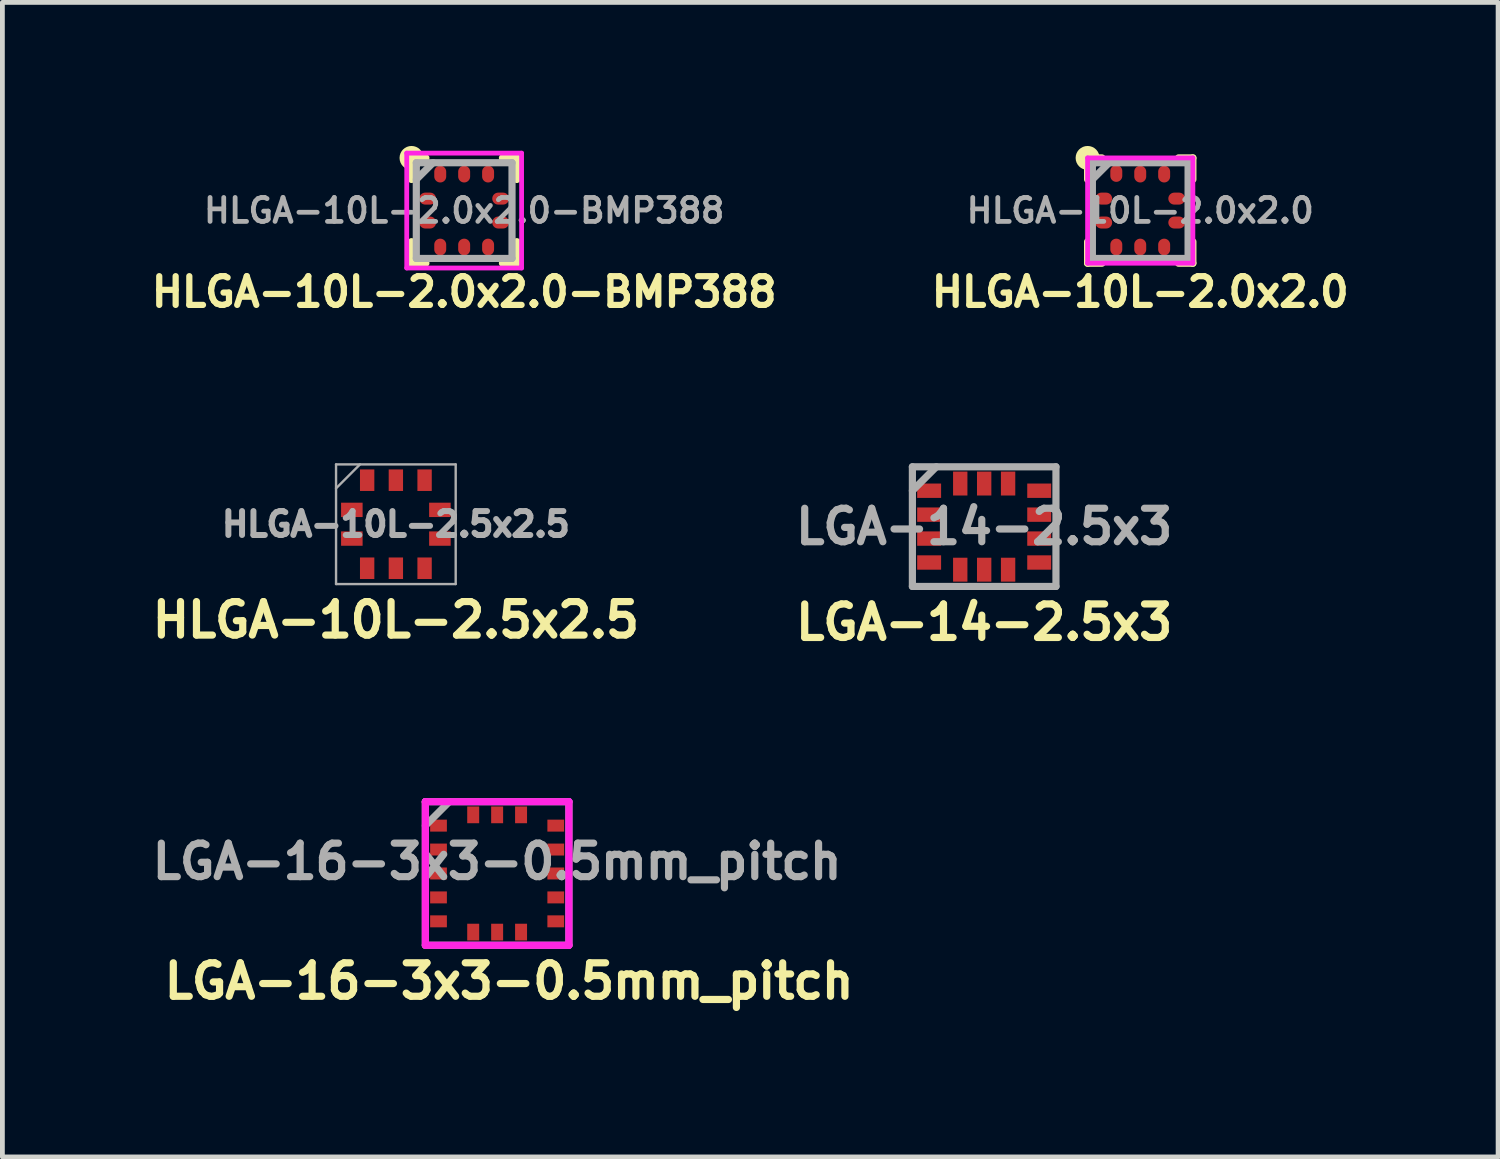
<source format=kicad_pcb>
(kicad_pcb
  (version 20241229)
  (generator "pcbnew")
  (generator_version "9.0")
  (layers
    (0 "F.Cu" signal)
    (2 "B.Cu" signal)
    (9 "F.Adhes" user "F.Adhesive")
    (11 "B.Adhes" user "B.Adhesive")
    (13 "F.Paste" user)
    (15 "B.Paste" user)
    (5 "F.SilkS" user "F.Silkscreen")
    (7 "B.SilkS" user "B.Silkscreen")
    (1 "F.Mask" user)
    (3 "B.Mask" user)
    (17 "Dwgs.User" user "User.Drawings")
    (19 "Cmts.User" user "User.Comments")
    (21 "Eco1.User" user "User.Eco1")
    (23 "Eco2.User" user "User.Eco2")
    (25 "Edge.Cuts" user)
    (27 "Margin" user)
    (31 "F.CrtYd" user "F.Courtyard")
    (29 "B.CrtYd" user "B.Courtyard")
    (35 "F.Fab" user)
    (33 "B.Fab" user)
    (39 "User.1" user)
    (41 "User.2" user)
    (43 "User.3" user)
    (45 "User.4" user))
  (footprint "LGA-16-3x3-0.5mm_pitch"
    (layer "F.Cu")
    (at 7.338 15.202)
    (property "Reference" "LGA-16-3x3-0.5mm_pitch" (at 0.25 2.25 0) (layer "F.SilkS") (effects (font (size 0.7 0.7) (thickness 0.15))))
    (attr through_hole)
    (fp_line (start -1.5 -1.5) (end -1.5 -1.49) (stroke (width 0.15) (type solid)) (layer "F.SilkS"))
    (fp_line (start -1.5 -1.5) (end -1.5 1.5) (stroke (width 0.15) (type solid)) (layer "F.CrtYd"))
    (fp_line (start -1.5 1.5) (end 1.5 1.5) (stroke (width 0.15) (type solid)) (layer "F.CrtYd"))
    (fp_line (start 1.5 -1.5) (end -1.5 -1.5) (stroke (width 0.15) (type solid)) (layer "F.CrtYd"))
    (fp_line (start 1.5 1.5) (end 1.5 -1.5) (stroke (width 0.15) (type solid)) (layer "F.CrtYd"))
    (fp_line (start -1.5 -1.5) (end -1.5 1.5) (stroke (width 0.15) (type solid)) (layer "F.Fab"))
    (fp_line (start -1.5 -1) (end -1 -1.5) (stroke (width 0.15) (type solid)) (layer "F.Fab"))
    (fp_line (start -1.5 1.5) (end 1.5 1.5) (stroke (width 0.15) (type solid)) (layer "F.Fab"))
    (fp_line (start 1.5 -1.5) (end -1.5 -1.5) (stroke (width 0.15) (type solid)) (layer "F.Fab"))
    (fp_line (start 1.5 1.5) (end 1.5 -1.5) (stroke (width 0.15) (type solid)) (layer "F.Fab"))
    (fp_text user "${REFERENCE}" (at 0 -0.25 0) (layer "F.Fab") (effects (font (size 0.7 0.7) (thickness 0.15))))
    (pad "1" smd rect (at -1.225 -1) (size 0.35 0.25) (layers "F.Cu" "F.Mask" "F.Paste"))
    (pad "2" smd rect (at -1.225 -0.5) (size 0.35 0.25) (layers "F.Cu" "F.Mask" "F.Paste"))
    (pad "3" smd rect (at -1.225 0) (size 0.35 0.25) (layers "F.Cu" "F.Mask" "F.Paste"))
    (pad "4" smd rect (at -1.225 0.5) (size 0.35 0.25) (layers "F.Cu" "F.Mask" "F.Paste"))
    (pad "5" smd rect (at -1.225 1) (size 0.35 0.25) (layers "F.Cu" "F.Mask" "F.Paste"))
    (pad "6" smd rect (at -0.5 1.225 90) (size 0.35 0.25) (layers "F.Cu" "F.Mask" "F.Paste"))
    (pad "7" smd rect (at 0 1.225 90) (size 0.35 0.25) (layers "F.Cu" "F.Mask" "F.Paste"))
    (pad "8" smd rect (at 0.5 1.225 90) (size 0.35 0.25) (layers "F.Cu" "F.Mask" "F.Paste"))
    (pad "9" smd rect (at 1.225 1) (size 0.35 0.25) (layers "F.Cu" "F.Mask" "F.Paste"))
    (pad "10" smd rect (at 1.225 0.5) (size 0.35 0.25) (layers "F.Cu" "F.Mask" "F.Paste"))
    (pad "11" smd rect (at 1.225 0) (size 0.35 0.25) (layers "F.Cu" "F.Mask" "F.Paste"))
    (pad "12" smd rect (at 1.225 -0.5) (size 0.35 0.25) (layers "F.Cu" "F.Mask" "F.Paste"))
    (pad "13" smd rect (at 1.225 -1) (size 0.35 0.25) (layers "F.Cu" "F.Mask" "F.Paste"))
    (pad "14" smd rect (at 0.5 -1.225 90) (size 0.35 0.25) (layers "F.Cu" "F.Mask" "F.Paste"))
    (pad "15" smd rect (at 0 -1.225 90) (size 0.35 0.25) (layers "F.Cu" "F.Mask" "F.Paste"))
    (pad "16" smd rect (at -0.5 -1.225 90) (size 0.35 0.25) (layers "F.Cu" "F.Mask" "F.Paste")))
  (footprint "LGA-14-2.5x3"
    (layer "F.Cu")
    (at 17.515 7.954)
    (property "Reference" "LGA-14-2.5x3" (at 0 2 0) (layer "F.SilkS") (effects (font (size 0.7 0.7) (thickness 0.15))))
    (attr through_hole)
    (fp_line (start -1.5 -1.25) (end -1.5 1.25) (stroke (width 0.15) (type solid)) (layer "F.Fab"))
    (fp_line (start -1.5 -0.75) (end -1 -1.25) (stroke (width 0.15) (type solid)) (layer "F.Fab"))
    (fp_line (start -1.5 1.25) (end 1.5 1.25) (stroke (width 0.15) (type solid)) (layer "F.Fab"))
    (fp_line (start 1.5 -1.25) (end -1.5 -1.25) (stroke (width 0.15) (type solid)) (layer "F.Fab"))
    (fp_line (start 1.5 1.25) (end 1.5 -1.25) (stroke (width 0.15) (type solid)) (layer "F.Fab"))
    (fp_text user "${REFERENCE}" (at 0 0 0) (layer "F.Fab") (effects (font (size 0.7 0.7) (thickness 0.15))))
    (pad "1" smd rect (at -1.15 -0.75) (size 0.5 0.3) (layers "F.Cu" "F.Mask" "F.Paste"))
    (pad "2" smd rect (at -1.15 -0.25) (size 0.5 0.3) (layers "F.Cu" "F.Mask" "F.Paste"))
    (pad "3" smd rect (at -1.15 0.25) (size 0.5 0.3) (layers "F.Cu" "F.Mask" "F.Paste"))
    (pad "4" smd rect (at -1.15 0.75) (size 0.5 0.3) (layers "F.Cu" "F.Mask" "F.Paste"))
    (pad "5" smd rect (at -0.5 0.9 90) (size 0.5 0.3) (layers "F.Cu" "F.Mask" "F.Paste"))
    (pad "6" smd rect (at 0 0.9 90) (size 0.5 0.3) (layers "F.Cu" "F.Mask" "F.Paste"))
    (pad "7" smd rect (at 0.5 0.9 90) (size 0.5 0.3) (layers "F.Cu" "F.Mask" "F.Paste"))
    (pad "8" smd rect (at 1.15 0.75) (size 0.5 0.3) (layers "F.Cu" "F.Mask" "F.Paste"))
    (pad "9" smd rect (at 1.15 0.25) (size 0.5 0.3) (layers "F.Cu" "F.Mask" "F.Paste"))
    (pad "10" smd rect (at 1.15 -0.25) (size 0.5 0.3) (layers "F.Cu" "F.Mask" "F.Paste"))
    (pad "11" smd rect (at 1.15 -0.75) (size 0.5 0.3) (layers "F.Cu" "F.Mask" "F.Paste"))
    (pad "12" smd rect (at 0.5 -0.9 90) (size 0.5 0.3) (layers "F.Cu" "F.Mask" "F.Paste"))
    (pad "13" smd rect (at 0 -0.9 90) (size 0.5 0.3) (layers "F.Cu" "F.Mask" "F.Paste"))
    (pad "14" smd rect (at -0.5 -0.9 90) (size 0.5 0.3) (layers "F.Cu" "F.Mask" "F.Paste")))
  (footprint "HLGA-10L-2.0x2.0"
    (layer "F.Cu")
    (at 20.776 1.35)
    (property "Reference" "HLGA-10L-2.0x2.0" (at 0 1.7 0) (layer "F.SilkS") (effects (font (size 0.6 0.6) (thickness 0.13))))
    (property "Value" "${VALUE}" (at 0 -1.35 0) (layer "F.Fab") (hide yes) (effects (font (size 0.4 0.4) (thickness 0.07))))
    (attr through_hole)
    (fp_line (start -1.1 -0.65) (end -1.1 -1.1) (stroke (width 0.15) (type solid)) (layer "F.SilkS"))
    (fp_line (start -1.1 0.65) (end -1.1 1.1) (stroke (width 0.15) (type solid)) (layer "F.SilkS"))
    (fp_line (start -0.8 -1.1) (end -1.1 -1.1) (stroke (width 0.15) (type solid)) (layer "F.SilkS"))
    (fp_line (start -0.8 1.1) (end -1.1 1.1) (stroke (width 0.15) (type solid)) (layer "F.SilkS"))
    (fp_line (start 0.8 -1.1) (end 1.1 -1.1) (stroke (width 0.15) (type solid)) (layer "F.SilkS"))
    (fp_line (start 0.8 1.1) (end 1.1 1.1) (stroke (width 0.15) (type solid)) (layer "F.SilkS"))
    (fp_line (start 1.1 -0.65) (end 1.1 -1.1) (stroke (width 0.15) (type solid)) (layer "F.SilkS"))
    (fp_line (start 1.1 0.65) (end 1.1 1.1) (stroke (width 0.15) (type solid)) (layer "F.SilkS"))
    (fp_circle (center -1.1 -1.1) (end -0.95 -1.1) (stroke (width 0.2) (type solid)) (fill no) (layer "F.SilkS"))
    (fp_line (start -1.1 -1.1) (end -1.1 1.1) (stroke (width 0.1) (type solid)) (layer "F.CrtYd"))
    (fp_line (start -1.1 1.1) (end 1.1 1.1) (stroke (width 0.1) (type solid)) (layer "F.CrtYd"))
    (fp_line (start 1.1 -1.1) (end -1.1 -1.1) (stroke (width 0.1) (type solid)) (layer "F.CrtYd"))
    (fp_line (start 1.1 1.1) (end 1.1 -1.1) (stroke (width 0.1) (type solid)) (layer "F.CrtYd"))
    (fp_line (start -1 -1) (end -1 1) (stroke (width 0.15) (type solid)) (layer "F.Fab"))
    (fp_line (start -1 -0.65) (end -0.65 -1) (stroke (width 0.15) (type solid)) (layer "F.Fab"))
    (fp_line (start -1 1) (end 1 1) (stroke (width 0.15) (type solid)) (layer "F.Fab"))
    (fp_line (start 1 -1) (end -1 -1) (stroke (width 0.15) (type solid)) (layer "F.Fab"))
    (fp_line (start 1 1) (end 1 -1) (stroke (width 0.15) (type solid)) (layer "F.Fab"))
    (fp_text user "${REFERENCE}" (at 0 0 0) (layer "F.Fab") (effects (font (size 0.5 0.5) (thickness 0.1))))
    (pad "1" smd oval (at -0.762 -0.25 180) (size 0.35 0.25) (layers "F.Cu" "F.Mask" "F.Paste"))
    (pad "2" smd oval (at -0.762 0.25 180) (size 0.35 0.25) (layers "F.Cu" "F.Mask" "F.Paste"))
    (pad "3" smd oval (at -0.5 0.762 90) (size 0.35 0.25) (layers "F.Cu" "F.Mask" "F.Paste"))
    (pad "4" smd oval (at 0 0.762 90) (size 0.35 0.25) (layers "F.Cu" "F.Mask" "F.Paste"))
    (pad "5" smd oval (at 0.5 0.762 90) (size 0.35 0.25) (layers "F.Cu" "F.Mask" "F.Paste"))
    (pad "6" smd oval (at 0.762 0.25 180) (size 0.35 0.25) (layers "F.Cu" "F.Mask" "F.Paste"))
    (pad "7" smd oval (at 0.762 -0.25 180) (size 0.35 0.25) (layers "F.Cu" "F.Mask" "F.Paste"))
    (pad "8" smd oval (at 0.5 -0.762 90) (size 0.35 0.25) (layers "F.Cu" "F.Mask" "F.Paste"))
    (pad "9" smd oval (at 0 -0.762 90) (size 0.35 0.25) (layers "F.Cu" "F.Mask" "F.Paste"))
    (pad "10" smd oval (at -0.5 -0.775 90) (size 0.35 0.25) (layers "F.Cu" "F.Mask" "F.Paste")))
  (footprint "HLGA-10L-2.5x2.5"
    (layer "F.Cu")
    (at 5.222 7.904)
    (property "Reference" "HLGA-10L-2.5x2.5" (at 0 2 0) (layer "F.SilkS") (effects (font (size 0.7 0.7) (thickness 0.15))))
    (attr through_hole)
    (fp_line (start -1.25 -1.25) (end -1.25 1.25) (stroke (width 0.05) (type solid)) (layer "F.Fab"))
    (fp_line (start -1.25 -0.75) (end -0.75 -1.25) (stroke (width 0.05) (type solid)) (layer "F.Fab"))
    (fp_line (start -1.25 1.25) (end 1.25 1.25) (stroke (width 0.05) (type solid)) (layer "F.Fab"))
    (fp_line (start 1.25 -1.25) (end -1.25 -1.25) (stroke (width 0.05) (type solid)) (layer "F.Fab"))
    (fp_line (start 1.25 1.25) (end 1.25 -1.25) (stroke (width 0.05) (type solid)) (layer "F.Fab"))
    (fp_text user "${REFERENCE}" (at 0 0 0) (layer "F.Fab") (effects (font (size 0.5 0.5) (thickness 0.125))))
    (pad "1" smd rect (at -0.92 -0.3) (size 0.45 0.3) (layers "F.Cu" "F.Mask" "F.Paste"))
    (pad "2" smd rect (at -0.92 0.3) (size 0.45 0.3) (layers "F.Cu" "F.Mask" "F.Paste"))
    (pad "3" smd rect (at -0.6 0.92 90) (size 0.45 0.3) (layers "F.Cu" "F.Mask" "F.Paste"))
    (pad "4" smd rect (at 0 0.92 90) (size 0.45 0.3) (layers "F.Cu" "F.Mask" "F.Paste"))
    (pad "5" smd rect (at 0.6 0.92 90) (size 0.45 0.3) (layers "F.Cu" "F.Mask" "F.Paste"))
    (pad "6" smd rect (at 0.92 0.3) (size 0.45 0.3) (layers "F.Cu" "F.Mask" "F.Paste"))
    (pad "7" smd rect (at 0.92 -0.3) (size 0.45 0.3) (layers "F.Cu" "F.Mask" "F.Paste"))
    (pad "8" smd rect (at 0.6 -0.92 90) (size 0.45 0.3) (layers "F.Cu" "F.Mask" "F.Paste"))
    (pad "9" smd rect (at 0 -0.92 90) (size 0.45 0.3) (layers "F.Cu" "F.Mask" "F.Paste"))
    (pad "10" smd rect (at -0.6 -0.92 90) (size 0.45 0.3) (layers "F.Cu" "F.Mask" "F.Paste")))
  (footprint "HLGA-10L-2.0x2.0-BMP388"
    (layer "F.Cu")
    (at 6.649 1.35)
    (property "Reference" "HLGA-10L-2.0x2.0-BMP388" (at 0 1.7 0) (layer "F.SilkS") (effects (font (size 0.6 0.6) (thickness 0.13))))
    (property "Value" "${VALUE}" (at 0 -1.35 0) (layer "F.Fab") (hide yes) (effects (font (size 0.4 0.4) (thickness 0.07))))
    (attr through_hole)
    (fp_line (start -1.1 -0.65) (end -1.1 -1.1) (stroke (width 0.15) (type solid)) (layer "F.SilkS"))
    (fp_line (start -1.1 0.65) (end -1.1 1.1) (stroke (width 0.15) (type solid)) (layer "F.SilkS"))
    (fp_line (start -0.8 -1.1) (end -1.1 -1.1) (stroke (width 0.15) (type solid)) (layer "F.SilkS"))
    (fp_line (start -0.8 1.1) (end -1.1 1.1) (stroke (width 0.15) (type solid)) (layer "F.SilkS"))
    (fp_line (start 0.8 -1.1) (end 1.1 -1.1) (stroke (width 0.15) (type solid)) (layer "F.SilkS"))
    (fp_line (start 0.8 1.1) (end 1.1 1.1) (stroke (width 0.15) (type solid)) (layer "F.SilkS"))
    (fp_line (start 1.1 -0.65) (end 1.1 -1.1) (stroke (width 0.15) (type solid)) (layer "F.SilkS"))
    (fp_line (start 1.1 0.65) (end 1.1 1.1) (stroke (width 0.15) (type solid)) (layer "F.SilkS"))
    (fp_circle (center -1.1 -1.1) (end -0.95 -1.1) (stroke (width 0.2) (type solid)) (fill no) (layer "F.SilkS"))
    (fp_line (start -1.2 -1.2) (end -1.2 1.2) (stroke (width 0.1) (type solid)) (layer "F.CrtYd"))
    (fp_line (start -1.2 1.2) (end 1.2 1.2) (stroke (width 0.1) (type solid)) (layer "F.CrtYd"))
    (fp_line (start 1.2 -1.2) (end -1.2 -1.2) (stroke (width 0.1) (type solid)) (layer "F.CrtYd"))
    (fp_line (start 1.2 1.2) (end 1.2 -1.2) (stroke (width 0.1) (type solid)) (layer "F.CrtYd"))
    (fp_line (start -1 -1) (end -1 1) (stroke (width 0.15) (type solid)) (layer "F.Fab"))
    (fp_line (start -1 -0.65) (end -0.65 -1) (stroke (width 0.15) (type solid)) (layer "F.Fab"))
    (fp_line (start -1 1) (end 1 1) (stroke (width 0.15) (type solid)) (layer "F.Fab"))
    (fp_line (start 1 -1) (end -1 -1) (stroke (width 0.15) (type solid)) (layer "F.Fab"))
    (fp_line (start 1 1) (end 1 -1) (stroke (width 0.15) (type solid)) (layer "F.Fab"))
    (fp_text user "${REFERENCE}" (at 0 0 0) (layer "F.Fab") (effects (font (size 0.5 0.5) (thickness 0.1))))
    (pad "1" smd oval (at -0.762 -0.25 180) (size 0.35 0.25) (layers "F.Cu" "F.Mask" "F.Paste"))
    (pad "2" smd oval (at -0.762 0.25 180) (size 0.35 0.25) (layers "F.Cu" "F.Mask" "F.Paste"))
    (pad "3" smd oval (at -0.5 0.762 90) (size 0.35 0.25) (layers "F.Cu" "F.Mask" "F.Paste"))
    (pad "4" smd oval (at 0 0.762 90) (size 0.35 0.25) (layers "F.Cu" "F.Mask" "F.Paste"))
    (pad "5" smd oval (at 0.5 0.762 90) (size 0.35 0.25) (layers "F.Cu" "F.Mask" "F.Paste"))
    (pad "6" smd oval (at 0.762 0.25 180) (size 0.35 0.25) (layers "F.Cu" "F.Mask" "F.Paste"))
    (pad "7" smd oval (at 0.762 -0.25 180) (size 0.35 0.25) (layers "F.Cu" "F.Mask" "F.Paste"))
    (pad "8" smd oval (at 0.5 -0.762 90) (size 0.35 0.25) (layers "F.Cu" "F.Mask" "F.Paste"))
    (pad "9" smd oval (at 0 -0.762 90) (size 0.35 0.25) (layers "F.Cu" "F.Mask" "F.Paste"))
    (pad "10" smd oval (at -0.5 -0.762 90) (size 0.35 0.25) (layers "F.Cu" "F.Mask" "F.Paste")))
  (gr_rect
    (start -3 -3)
    (end 28.254 21.125)
    (stroke (width 0.1) (type default))
    (fill no)
    (layer "Edge.Cuts")))
</source>
